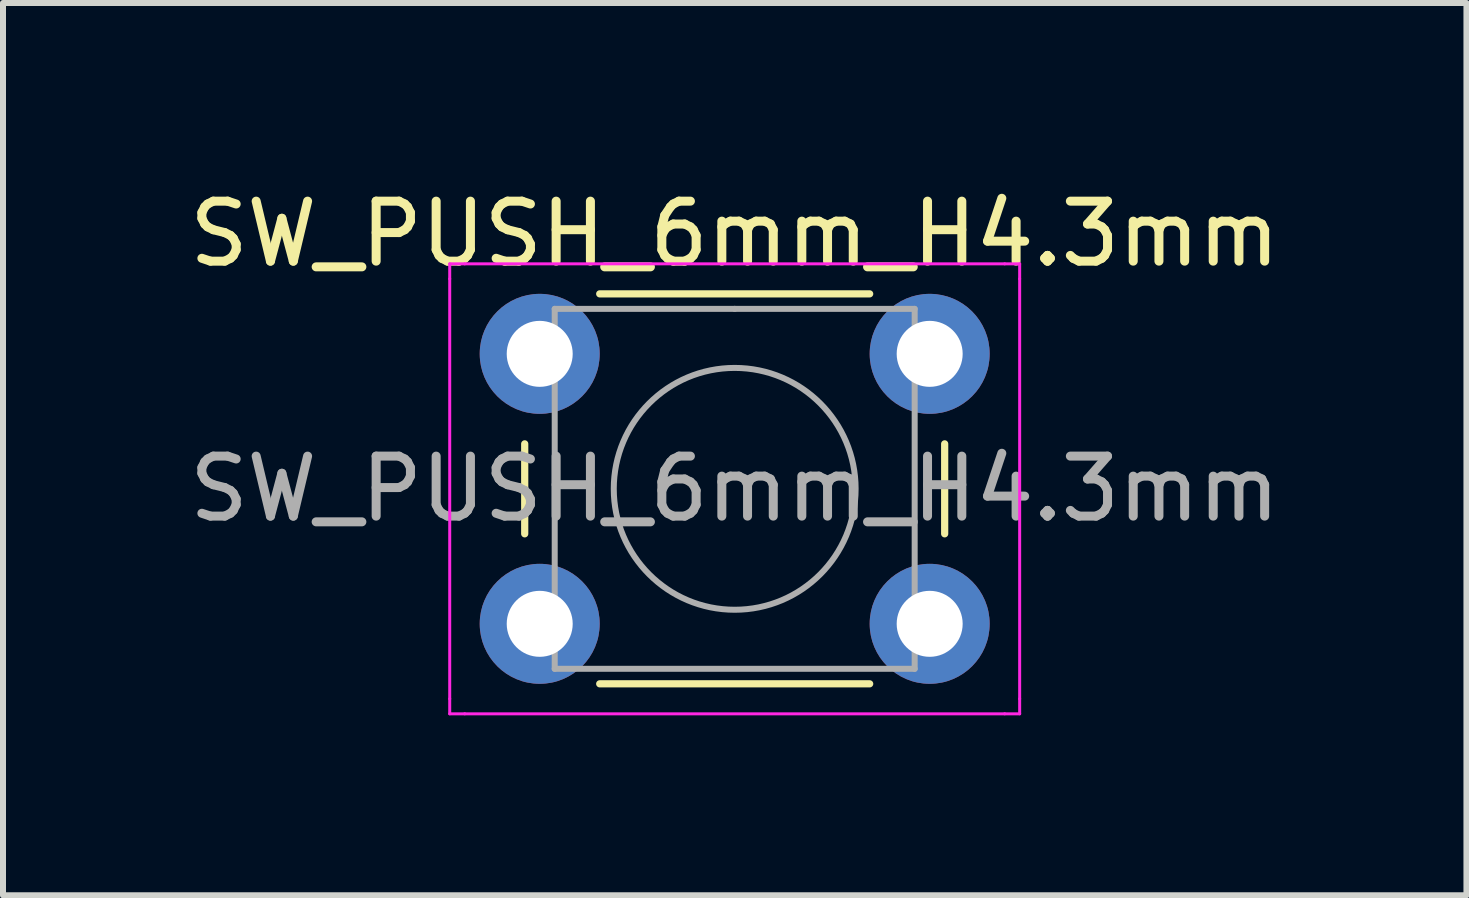
<source format=kicad_pcb>
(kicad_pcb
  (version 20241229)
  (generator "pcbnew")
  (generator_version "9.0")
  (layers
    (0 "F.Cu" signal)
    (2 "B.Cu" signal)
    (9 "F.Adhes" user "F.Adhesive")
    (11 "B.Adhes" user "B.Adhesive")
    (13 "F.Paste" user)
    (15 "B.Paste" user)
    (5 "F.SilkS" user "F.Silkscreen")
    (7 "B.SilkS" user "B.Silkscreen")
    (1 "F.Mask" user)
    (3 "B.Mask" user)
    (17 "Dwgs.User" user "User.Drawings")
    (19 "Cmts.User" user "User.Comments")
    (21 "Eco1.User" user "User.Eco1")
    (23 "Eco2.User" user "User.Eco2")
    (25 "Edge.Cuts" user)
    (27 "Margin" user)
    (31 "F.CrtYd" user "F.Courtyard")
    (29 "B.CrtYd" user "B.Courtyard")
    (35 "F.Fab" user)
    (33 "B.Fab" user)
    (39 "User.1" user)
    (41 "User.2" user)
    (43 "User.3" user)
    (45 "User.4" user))
  (footprint "SW_PUSH_6mm_H4.3mm"
    (layer "F.Cu")
    (at 5.946 2.848)
    (property "Reference" "SW_PUSH_6mm_H4.3mm" (at 3.25 -2 0) (layer "F.SilkS") (effects (font (size 1 1) (thickness 0.15))))
    (attr through_hole)
    (fp_line (start -0.25 1.5) (end -0.25 3) (stroke (width 0.12) (type solid)) (layer "F.SilkS"))
    (fp_line (start 1 5.5) (end 5.5 5.5) (stroke (width 0.12) (type solid)) (layer "F.SilkS"))
    (fp_line (start 5.5 -1) (end 1 -1) (stroke (width 0.12) (type solid)) (layer "F.SilkS"))
    (fp_line (start 6.75 3) (end 6.75 1.5) (stroke (width 0.12) (type solid)) (layer "F.SilkS"))
    (fp_line (start -1.5 -1.5) (end -1.25 -1.5) (stroke (width 0.05) (type solid)) (layer "F.CrtYd"))
    (fp_line (start -1.5 -1.25) (end -1.5 -1.5) (stroke (width 0.05) (type solid)) (layer "F.CrtYd"))
    (fp_line (start -1.5 5.75) (end -1.5 -1.25) (stroke (width 0.05) (type solid)) (layer "F.CrtYd"))
    (fp_line (start -1.5 5.75) (end -1.5 6) (stroke (width 0.05) (type solid)) (layer "F.CrtYd"))
    (fp_line (start -1.5 6) (end -1.25 6) (stroke (width 0.05) (type solid)) (layer "F.CrtYd"))
    (fp_line (start -1.25 -1.5) (end 7.75 -1.5) (stroke (width 0.05) (type solid)) (layer "F.CrtYd"))
    (fp_line (start 7.75 -1.5) (end 8 -1.5) (stroke (width 0.05) (type solid)) (layer "F.CrtYd"))
    (fp_line (start 7.75 6) (end -1.25 6) (stroke (width 0.05) (type solid)) (layer "F.CrtYd"))
    (fp_line (start 7.75 6) (end 8 6) (stroke (width 0.05) (type solid)) (layer "F.CrtYd"))
    (fp_line (start 8 -1.5) (end 8 -1.25) (stroke (width 0.05) (type solid)) (layer "F.CrtYd"))
    (fp_line (start 8 -1.25) (end 8 5.75) (stroke (width 0.05) (type solid)) (layer "F.CrtYd"))
    (fp_line (start 8 6) (end 8 5.75) (stroke (width 0.05) (type solid)) (layer "F.CrtYd"))
    (fp_line (start 0.25 -0.75) (end 3.25 -0.75) (stroke (width 0.1) (type solid)) (layer "F.Fab"))
    (fp_line (start 0.25 5.25) (end 0.25 -0.75) (stroke (width 0.1) (type solid)) (layer "F.Fab"))
    (fp_line (start 3.25 -0.75) (end 6.25 -0.75) (stroke (width 0.1) (type solid)) (layer "F.Fab"))
    (fp_line (start 6.25 -0.75) (end 6.25 5.25) (stroke (width 0.1) (type solid)) (layer "F.Fab"))
    (fp_line (start 6.25 5.25) (end 0.25 5.25) (stroke (width 0.1) (type solid)) (layer "F.Fab"))
    (fp_circle (center 3.25 2.25) (end 1.25 2.5) (stroke (width 0.1) (type solid)) (fill no) (layer "F.Fab"))
    (fp_text user "${REFERENCE}" (at 3.25 2.25 0) (layer "F.Fab") (effects (font (size 1 1) (thickness 0.15))))
    (pad "1" thru_hole circle (at 0 0 90) (size 2 2) (drill 1.1) (layers "*.Cu" "*.Mask"))
    (pad "1" thru_hole circle (at 6.5 0 90) (size 2 2) (drill 1.1) (layers "*.Cu" "*.Mask"))
    (pad "2" thru_hole circle (at 0 4.5 90) (size 2 2) (drill 1.1) (layers "*.Cu" "*.Mask"))
    (pad "2" thru_hole circle (at 6.5 4.5 90) (size 2 2) (drill 1.1) (layers "*.Cu" "*.Mask")))
  (gr_rect
    (start -3 -3)
    (end 21.393 11.873)
    (stroke (width 0.1) (type default))
    (fill no)
    (layer "Edge.Cuts")))
</source>
